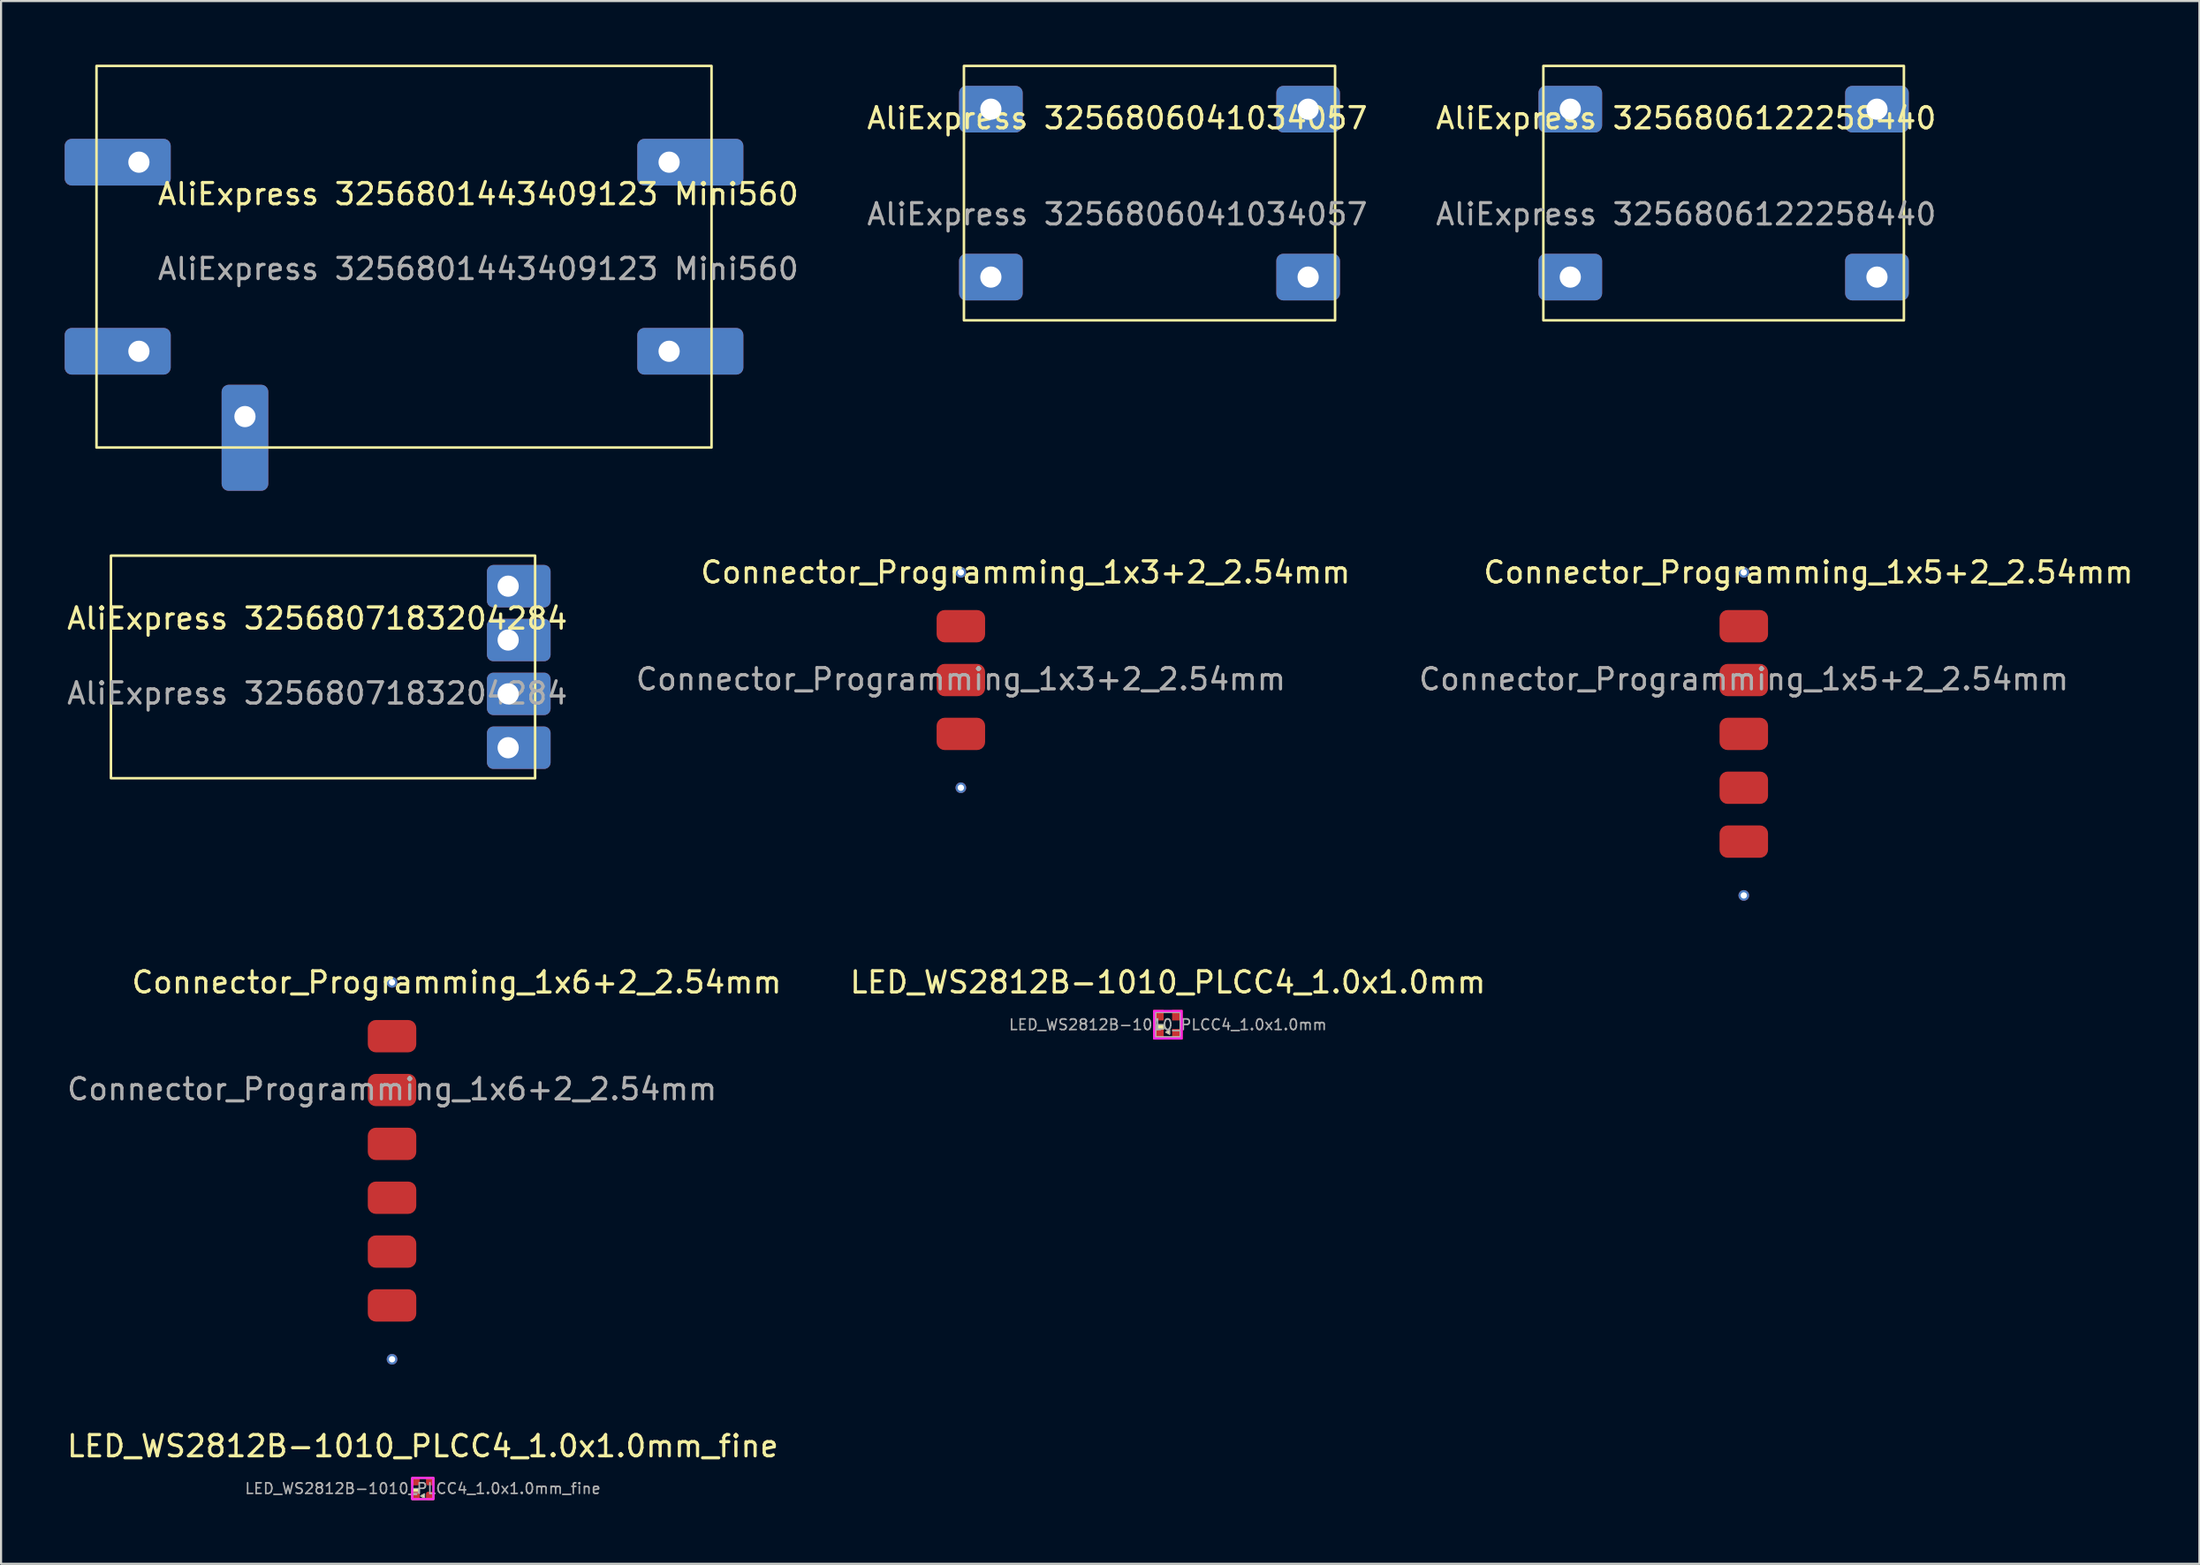
<source format=kicad_pcb>
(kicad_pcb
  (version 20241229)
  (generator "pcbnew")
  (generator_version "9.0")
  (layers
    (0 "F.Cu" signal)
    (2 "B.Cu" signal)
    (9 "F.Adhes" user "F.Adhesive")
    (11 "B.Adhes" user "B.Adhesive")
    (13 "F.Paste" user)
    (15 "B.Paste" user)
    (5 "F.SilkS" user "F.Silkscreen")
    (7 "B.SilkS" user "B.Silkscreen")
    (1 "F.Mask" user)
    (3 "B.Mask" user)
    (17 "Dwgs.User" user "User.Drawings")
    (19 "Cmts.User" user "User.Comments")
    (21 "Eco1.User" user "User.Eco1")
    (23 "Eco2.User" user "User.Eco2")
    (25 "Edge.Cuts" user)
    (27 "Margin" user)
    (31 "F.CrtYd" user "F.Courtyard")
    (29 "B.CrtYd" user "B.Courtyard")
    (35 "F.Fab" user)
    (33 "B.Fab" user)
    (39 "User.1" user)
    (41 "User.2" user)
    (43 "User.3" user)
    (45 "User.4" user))
  (footprint "AliExpress 3256801443409123 Mini560"
    (layer "F.Cu")
    (at 3.5 4.6)
    (property "Reference" "AliExpress 3256801443409123 Mini560" (at 16 1.504 0) (unlocked yes) (layer "F.SilkS") (effects (font (size 1 1) (thickness 0.15))))
    (attr through_hole)
    (fp_rect (start -2 -4.54) (end 27 13.46) (stroke (width 0.12) (type solid)) (fill no) (layer "F.SilkS"))
    (fp_text user "${REFERENCE}" (at 16 5.036 0) (unlocked yes) (layer "F.Fab") (effects (font (size 1 1) (thickness 0.15))))
    (pad "GND" thru_hole roundrect (at 0 8.92) (size 5 2.2) (drill 1 (offset -1 0)) (layers "*.Cu" "*.Mask") (roundrect_rratio 0.15))
    (pad "GND" thru_hole roundrect (at 25 8.92) (size 5 2.2) (drill 1 (offset 1 0)) (layers "*.Cu" "*.Mask") (roundrect_rratio 0.15))
    (pad "Vin" thru_hole roundrect (at 0 0) (size 5 2.2) (drill 1 (offset -1 0)) (layers "*.Cu" "*.Mask") (roundrect_rratio 0.15))
    (pad "Vout" thru_hole roundrect (at 25 0) (size 5 2.2) (drill 1 (offset 1 0)) (layers "*.Cu" "*.Mask") (roundrect_rratio 0.15))
    (pad "en" thru_hole roundrect (at 5 12 90) (size 5 2.2) (drill 1 (offset -1 0)) (layers "*.Cu" "*.Mask") (roundrect_rratio 0.15)))
  (footprint "LED_WS2812B-1010_PLCC4_1.0x1.0mm"
    (layer "F.Cu")
    (at 52.018 45.286)
    (property "Reference" "LED_WS2812B-1010_PLCC4_1.0x1.0mm" (at 0 -2 0) (layer "F.SilkS") (effects (font (size 1 1) (thickness 0.15))))
    (attr smd)
    (fp_rect (start -0.6 0.6) (end 0.6 -0.6) (stroke (width 0.1) (type solid)) (fill no) (layer "F.SilkS"))
    (fp_rect (start -0.5 0) (end -0.2 0.2) (stroke (width 0.05) (type solid)) (fill yes) (layer "F.SilkS"))
    (fp_poly (pts (xy 0.08 0.25) (xy 0.08 0.45) (xy -0.1 0.35)) (stroke (width 0.05) (type solid)) (fill yes) (layer "F.SilkS"))
    (fp_rect (start -0.65 0.65) (end 0.65 -0.65) (stroke (width 0.1) (type solid)) (fill no) (layer "F.CrtYd"))
    (fp_rect (start -0.6 0.6) (end 0.6 -0.6) (stroke (width 0.1) (type solid)) (fill no) (layer "F.Fab"))
    (fp_rect (start -0.5 0) (end -0.2 0.2) (stroke (width 0.05) (type solid)) (fill no) (layer "F.Fab"))
    (fp_poly (pts (xy 0.08 0.25) (xy 0.08 0.45) (xy -0.1 0.35)) (stroke (width 0.05) (type solid)) (fill no) (layer "F.Fab"))
    (fp_text user "${REFERENCE}" (at 0 0 0) (layer "F.Fab") (effects (font (size 0.5 0.5) (thickness 0.075))))
    (pad "1" smd rect (at -0.45 -0.45) (size 0.5 0.5) (layers "F.Cu" "F.Mask" "F.Paste"))
    (pad "2" smd rect (at 0.45 -0.45) (size 0.5 0.5) (layers "F.Cu" "F.Mask" "F.Paste"))
    (pad "3" smd rect (at -0.45 0.45) (size 0.5 0.5) (layers "F.Cu" "F.Mask" "F.Paste"))
    (pad "4" smd rect (at 0.45 0.45) (size 0.5 0.5) (layers "F.Cu" "F.Mask" "F.Paste")))
  (footprint "Connector_Programming_1x5+2_2.54mm"
    (layer "F.Cu")
    (at 79.173 26.488)
    (property "Reference" "Connector_Programming_1x5+2_2.54mm" (at 3.048 -2.54 0) (unlocked yes) (layer "F.SilkS") (effects (font (size 1 1) (thickness 0.15))))
    (attr smd)
    (fp_text user "${REFERENCE}" (at 0 2.5 0) (unlocked yes) (layer "F.Fab") (effects (font (size 1 1) (thickness 0.15))))
    (pad "" np_thru_hole circle (at 0 -2.54) (size 0.5 0.5) (drill 0.3) (layers "*.Cu" "*.Mask"))
    (pad "" np_thru_hole circle (at 0 12.7) (size 0.5 0.5) (drill 0.3) (layers "*.Cu" "*.Mask"))
    (pad "1" smd roundrect (at 0 0) (size 2.286 1.524) (layers "F.Cu" "F.Mask" "F.Paste") (roundrect_rratio 0.25))
    (pad "2" smd roundrect (at 0 2.54) (size 2.286 1.524) (layers "F.Cu" "F.Mask" "F.Paste") (roundrect_rratio 0.25))
    (pad "3" smd roundrect (at 0 5.08) (size 2.286 1.524) (layers "F.Cu" "F.Mask" "F.Paste") (roundrect_rratio 0.25))
    (pad "4" smd roundrect (at 0 7.62) (size 2.286 1.524) (layers "F.Cu" "F.Mask" "F.Paste") (roundrect_rratio 0.25))
    (pad "5" smd roundrect (at 0 10.16) (size 2.286 1.524) (layers "F.Cu" "F.Mask" "F.Paste") (roundrect_rratio 0.25)))
  (footprint "AliExpress 3256807183204284"
    (layer "F.Cu")
    (at 20.911 29.68)
    (property "Reference" "AliExpress 3256807183204284" (at -9 -3.556 0) (unlocked yes) (layer "F.SilkS") (effects (font (size 1 1) (thickness 0.15))))
    (attr through_hole)
    (fp_rect (start -18.73 -6.52) (end 1.27 3.98) (stroke (width 0.12) (type solid)) (fill no) (layer "F.SilkS"))
    (fp_text user "${REFERENCE}" (at -9 -0.024 0) (unlocked yes) (layer "F.Fab") (effects (font (size 1 1) (thickness 0.15))))
    (pad "GND" thru_hole roundrect (at 0 -2.54) (size 3 2) (drill 1 (offset 0.5 0)) (layers "*.Cu" "*.Mask") (roundrect_rratio 0.15))
    (pad "Vin" thru_hole roundrect (at 0 0) (size 3 2) (drill 1 (offset 0.5 0)) (layers "*.Cu" "*.Mask") (roundrect_rratio 0.15))
    (pad "Vout" thru_hole roundrect (at 0 -5.08) (size 3 2) (drill 1 (offset 0.5 0)) (layers "*.Cu" "*.Mask") (roundrect_rratio 0.15))
    (pad "en" thru_hole roundrect (at 0 2.54) (size 3 2) (drill 1 (offset 0.5 0)) (layers "*.Cu" "*.Mask") (roundrect_rratio 0.15)))
  (footprint "AliExpress 3256806122258440"
    (layer "F.Cu")
    (at 70.992 10.02)
    (property "Reference" "AliExpress 3256806122258440" (at 5.46 -7.496 0) (unlocked yes) (layer "F.SilkS") (effects (font (size 1 1) (thickness 0.15))))
    (attr through_hole)
    (fp_rect (start -1.27 -9.96) (end 15.73 2.04) (stroke (width 0.12) (type solid)) (fill no) (layer "F.SilkS"))
    (fp_text user "${REFERENCE}" (at 5.46 -2.964 0) (unlocked yes) (layer "F.Fab") (effects (font (size 1 1) (thickness 0.15))))
    (pad "GND" thru_hole roundrect (at 0 -7.92) (size 3 2.2) (drill 1) (layers "*.Cu" "*.Mask") (roundrect_rratio 0.15))
    (pad "GND" thru_hole roundrect (at 14.46 -7.92) (size 3 2.2) (drill 1) (layers "*.Cu" "*.Mask") (roundrect_rratio 0.15))
    (pad "Vin" thru_hole roundrect (at 0 0) (size 3 2.2) (drill 1) (layers "*.Cu" "*.Mask") (roundrect_rratio 0.15))
    (pad "Vout" thru_hole roundrect (at 14.46 0) (size 3 2.2) (drill 1) (layers "*.Cu" "*.Mask") (roundrect_rratio 0.15)))
  (footprint "LED_WS2812B-1010_PLCC4_1.0x1.0mm_fine"
    (layer "F.Cu")
    (at 16.887 67.165)
    (property "Reference" "LED_WS2812B-1010_PLCC4_1.0x1.0mm_fine" (at 0 -2 0) (layer "F.SilkS") (effects (font (size 1 1) (thickness 0.15))))
    (attr smd)
    (fp_rect (start -0.5 0) (end -0.2 0.14) (stroke (width 0.02) (type solid)) (fill yes) (layer "F.SilkS"))
    (fp_rect (start -0.5 0.5) (end 0.5 -0.5) (stroke (width 0.02) (type solid)) (fill no) (layer "F.SilkS"))
    (fp_poly (pts (xy 0.08 0.25) (xy 0.08 0.45) (xy -0.1 0.35)) (stroke (width 0.05) (type solid)) (fill yes) (layer "F.SilkS"))
    (fp_rect (start -0.5 0.5) (end 0.5 -0.5) (stroke (width 0.1) (type solid)) (fill no) (layer "F.CrtYd"))
    (fp_rect (start -0.5 0) (end -0.2 0.2) (stroke (width 0.05) (type solid)) (fill no) (layer "F.Fab"))
    (fp_rect (start -0.5 0.5) (end 0.5 -0.5) (stroke (width 0.1) (type solid)) (fill no) (layer "F.Fab"))
    (fp_poly (pts (xy 0.08 0.25) (xy 0.08 0.45) (xy -0.1 0.35)) (stroke (width 0.05) (type solid)) (fill no) (layer "F.Fab"))
    (fp_text user "${REFERENCE}" (at 0 0 0) (layer "F.Fab") (effects (font (size 0.5 0.5) (thickness 0.075))))
    (pad "1" smd roundrect (at -0.35 -0.35) (size 0.4 0.4) (layers "F.Cu" "F.Mask" "F.Paste") (roundrect_rratio 0.25))
    (pad "2" smd roundrect (at 0.35 -0.35) (size 0.4 0.4) (layers "F.Cu" "F.Mask" "F.Paste") (roundrect_rratio 0.25))
    (pad "3" smd roundrect (at -0.35 0.35) (size 0.4 0.4) (layers "F.Cu" "F.Mask" "F.Paste") (roundrect_rratio 0.25))
    (pad "4" smd roundrect (at 0.35 0.35) (size 0.4 0.4) (layers "F.Cu" "F.Mask" "F.Paste") (roundrect_rratio 0.25)))
  (footprint "Connector_Programming_1x3+2_2.54mm"
    (layer "F.Cu")
    (at 42.256 26.488)
    (property "Reference" "Connector_Programming_1x3+2_2.54mm" (at 3.048 -2.54 0) (unlocked yes) (layer "F.SilkS") (effects (font (size 1 1) (thickness 0.15))))
    (attr smd)
    (fp_text user "${REFERENCE}" (at 0 2.5 0) (unlocked yes) (layer "F.Fab") (effects (font (size 1 1) (thickness 0.15))))
    (pad "" np_thru_hole circle (at 0 -2.54) (size 0.5 0.5) (drill 0.3) (layers "*.Cu" "*.Mask"))
    (pad "" np_thru_hole circle (at 0 7.62) (size 0.5 0.5) (drill 0.3) (layers "*.Cu" "*.Mask"))
    (pad "1" smd roundrect (at 0 0) (size 2.286 1.524) (layers "F.Cu" "F.Mask" "F.Paste") (roundrect_rratio 0.25))
    (pad "2" smd roundrect (at 0 2.54) (size 2.286 1.524) (layers "F.Cu" "F.Mask" "F.Paste") (roundrect_rratio 0.25))
    (pad "3" smd roundrect (at 0 5.08) (size 2.286 1.524) (layers "F.Cu" "F.Mask" "F.Paste") (roundrect_rratio 0.25)))
  (footprint "Connector_Programming_1x6+2_2.54mm"
    (layer "F.Cu")
    (at 15.435 45.827)
    (property "Reference" "Connector_Programming_1x6+2_2.54mm" (at 3.048 -2.54 0) (unlocked yes) (layer "F.SilkS") (effects (font (size 1 1) (thickness 0.15))))
    (attr smd)
    (fp_text user "${REFERENCE}" (at 0 2.5 0) (unlocked yes) (layer "F.Fab") (effects (font (size 1 1) (thickness 0.15))))
    (pad "" np_thru_hole circle (at 0 -2.54) (size 0.5 0.5) (drill 0.3) (layers "*.Cu" "*.Mask"))
    (pad "" np_thru_hole circle (at 0 15.24) (size 0.5 0.5) (drill 0.3) (layers "*.Cu" "*.Mask"))
    (pad "1" smd roundrect (at 0 0) (size 2.286 1.524) (layers "F.Cu" "F.Mask" "F.Paste") (roundrect_rratio 0.25))
    (pad "2" smd roundrect (at 0 2.54) (size 2.286 1.524) (layers "F.Cu" "F.Mask" "F.Paste") (roundrect_rratio 0.25))
    (pad "3" smd roundrect (at 0 5.08) (size 2.286 1.524) (layers "F.Cu" "F.Mask" "F.Paste") (roundrect_rratio 0.25))
    (pad "4" smd roundrect (at 0 7.62) (size 2.286 1.524) (layers "F.Cu" "F.Mask" "F.Paste") (roundrect_rratio 0.25))
    (pad "5" smd roundrect (at 0 10.16) (size 2.286 1.524) (layers "F.Cu" "F.Mask" "F.Paste") (roundrect_rratio 0.25))
    (pad "6" smd roundrect (at 0 12.7) (size 2.286 1.524) (layers "F.Cu" "F.Mask" "F.Paste") (roundrect_rratio 0.25)))
  (footprint "AliExpress 3256806041034057"
    (layer "F.Cu")
    (at 43.671 10.02)
    (property "Reference" "AliExpress 3256806041034057" (at 5.96 -7.496 0) (unlocked yes) (layer "F.SilkS") (effects (font (size 1 1) (thickness 0.15))))
    (attr through_hole)
    (fp_rect (start -1.27 -9.96) (end 16.23 2.04) (stroke (width 0.12) (type solid)) (fill no) (layer "F.SilkS"))
    (fp_text user "${REFERENCE}" (at 5.96 -2.964 0) (unlocked yes) (layer "F.Fab") (effects (font (size 1 1) (thickness 0.15))))
    (pad "GND" thru_hole roundrect (at 0 -7.92) (size 3 2.2) (drill 1) (layers "*.Cu" "*.Mask") (roundrect_rratio 0.15))
    (pad "GND" thru_hole roundrect (at 14.96 -7.92) (size 3 2.2) (drill 1) (layers "*.Cu" "*.Mask") (roundrect_rratio 0.15))
    (pad "Vin" thru_hole roundrect (at 0 0) (size 3 2.2) (drill 1) (layers "*.Cu" "*.Mask") (roundrect_rratio 0.15))
    (pad "Vout" thru_hole roundrect (at 14.96 0) (size 3 2.2) (drill 1) (layers "*.Cu" "*.Mask") (roundrect_rratio 0.15)))
  (gr_rect
    (start -3 -3)
    (end 100.656 70.715)
    (stroke (width 0.1) (type default))
    (fill no)
    (layer "Edge.Cuts")))
</source>
